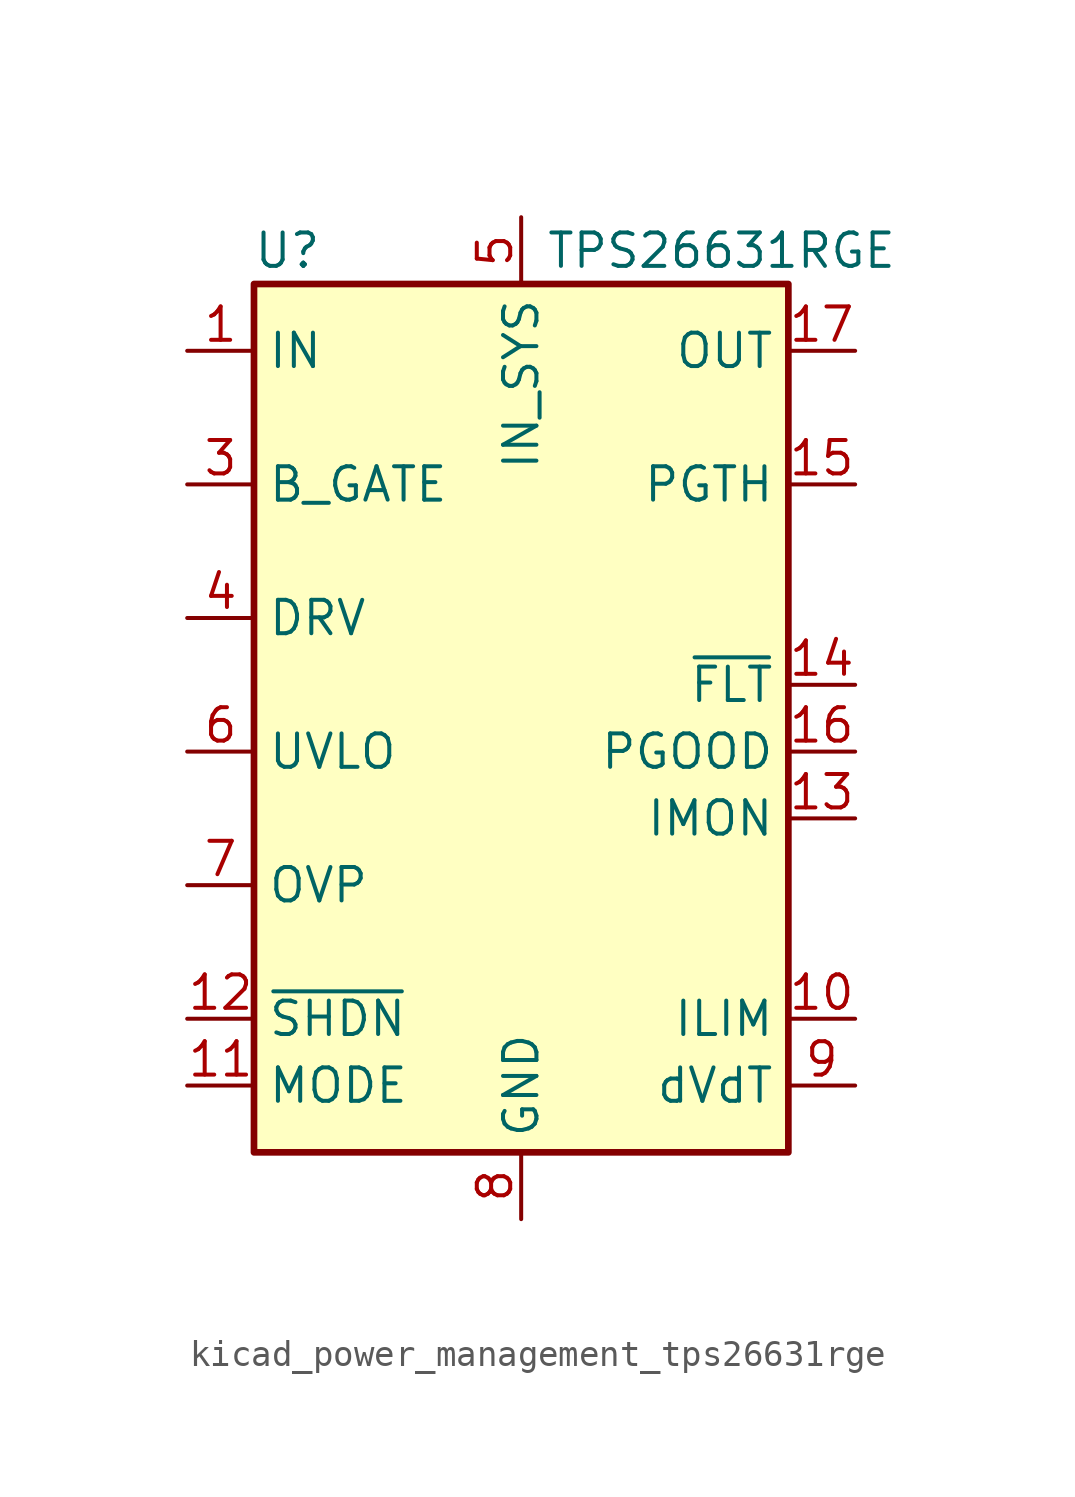
<source format=kicad_sym>
(kicad_symbol_lib
  (version 20220914)
  (generator kicad_symbol_editor)
  (symbol "kicad_power_management_tps26631rge"
    (property "Reference" "U"
      (at -8.89 16.51 0)
      (effects (font (size 1.27 1.27))))
    (property "Value" "TPS26631RGE"
      (at 7.62 16.51 0)
      (effects (font (size 1.27 1.27))))
    (symbol "kicad_power_management_tps26631rge_0_1"
      (rectangle (start -10.16 15.24) (end 10.16 -17.78) (stroke (width 0.254) (type default)) (fill (type background))))
    (symbol "kicad_power_management_tps26631rge_1_1"
      (pin power_in line (at -12.7 12.7 0) (length 2.54) (name "IN" (effects (font (size 1.27 1.27)))) (number "1" (effects (font (size 1.27 1.27)))))
      (pin passive line (at 12.7 -12.7 180) (length 2.54) (name "ILIM" (effects (font (size 1.27 1.27)))) (number "10" (effects (font (size 1.27 1.27)))))
      (pin input line (at -12.7 -15.24 0) (length 2.54) (name "MODE" (effects (font (size 1.27 1.27)))) (number "11" (effects (font (size 1.27 1.27)))))
      (pin input line (at -12.7 -12.7 0) (length 2.54) (name "~{SHDN}" (effects (font (size 1.27 1.27)))) (number "12" (effects (font (size 1.27 1.27)))))
      (pin output line (at 12.7 -5.08 180) (length 2.54) (name "IMON" (effects (font (size 1.27 1.27)))) (number "13" (effects (font (size 1.27 1.27)))))
      (pin open_collector line (at 12.7 0 180) (length 2.54) (name "~{FLT}" (effects (font (size 1.27 1.27)))) (number "14" (effects (font (size 1.27 1.27)))))
      (pin input line (at 12.7 7.62 180) (length 2.54) (name "PGTH" (effects (font (size 1.27 1.27)))) (number "15" (effects (font (size 1.27 1.27)))))
      (pin output line (at 12.7 -2.54 180) (length 2.54) (name "PGOOD" (effects (font (size 1.27 1.27)))) (number "16" (effects (font (size 1.27 1.27)))))
      (pin power_out line (at 12.7 12.7 180) (length 2.54) (name "OUT" (effects (font (size 1.27 1.27)))) (number "17" (effects (font (size 1.27 1.27)))))
      (pin passive line (at 12.7 12.7 180) (length 2.54) hide (name "OUT" (effects (font (size 1.27 1.27)))) (number "18" (effects (font (size 1.27 1.27)))))
      (pin no_connect line (at -10.16 10.16 0) (length 2.54) hide (name "NC" (effects (font (size 1.27 1.27)))) (number "19" (effects (font (size 1.27 1.27)))))
      (pin passive line (at -12.7 12.7 0) (length 2.54) hide (name "IN" (effects (font (size 1.27 1.27)))) (number "2" (effects (font (size 1.27 1.27)))))
      (pin no_connect line (at -10.16 5.08 0) (length 2.54) hide (name "NC" (effects (font (size 1.27 1.27)))) (number "20" (effects (font (size 1.27 1.27)))))
      (pin no_connect line (at -10.16 0 0) (length 2.54) hide (name "NC" (effects (font (size 1.27 1.27)))) (number "21" (effects (font (size 1.27 1.27)))))
      (pin no_connect line (at 10.16 10.16 180) (length 2.54) hide (name "NC" (effects (font (size 1.27 1.27)))) (number "22" (effects (font (size 1.27 1.27)))))
      (pin no_connect line (at 10.16 5.08 180) (length 2.54) hide (name "NC" (effects (font (size 1.27 1.27)))) (number "23" (effects (font (size 1.27 1.27)))))
      (pin no_connect line (at 10.16 2.54 180) (length 2.54) hide (name "NC" (effects (font (size 1.27 1.27)))) (number "24" (effects (font (size 1.27 1.27)))))
      (pin passive line (at 0 -20.32 90) (length 2.54) hide (name "GND" (effects (font (size 1.27 1.27)))) (number "25" (effects (font (size 1.27 1.27)))))
      (pin output line (at -12.7 7.62 0) (length 2.54) (name "B_GATE" (effects (font (size 1.27 1.27)))) (number "3" (effects (font (size 1.27 1.27)))))
      (pin output line (at -12.7 2.54 0) (length 2.54) (name "DRV" (effects (font (size 1.27 1.27)))) (number "4" (effects (font (size 1.27 1.27)))))
      (pin power_in line (at 0 17.78 270) (length 2.54) (name "IN_SYS" (effects (font (size 1.27 1.27)))) (number "5" (effects (font (size 1.27 1.27)))))
      (pin input line (at -12.7 -2.54 0) (length 2.54) (name "UVLO" (effects (font (size 1.27 1.27)))) (number "6" (effects (font (size 1.27 1.27)))))
      (pin input line (at -12.7 -7.62 0) (length 2.54) (name "OVP" (effects (font (size 1.27 1.27)))) (number "7" (effects (font (size 1.27 1.27)))))
      (pin power_in line (at 0 -20.32 90) (length 2.54) (name "GND" (effects (font (size 1.27 1.27)))) (number "8" (effects (font (size 1.27 1.27)))))
      (pin passive line (at 12.7 -15.24 180) (length 2.54) (name "dVdT" (effects (font (size 1.27 1.27)))) (number "9" (effects (font (size 1.27 1.27))))))))
</source>
